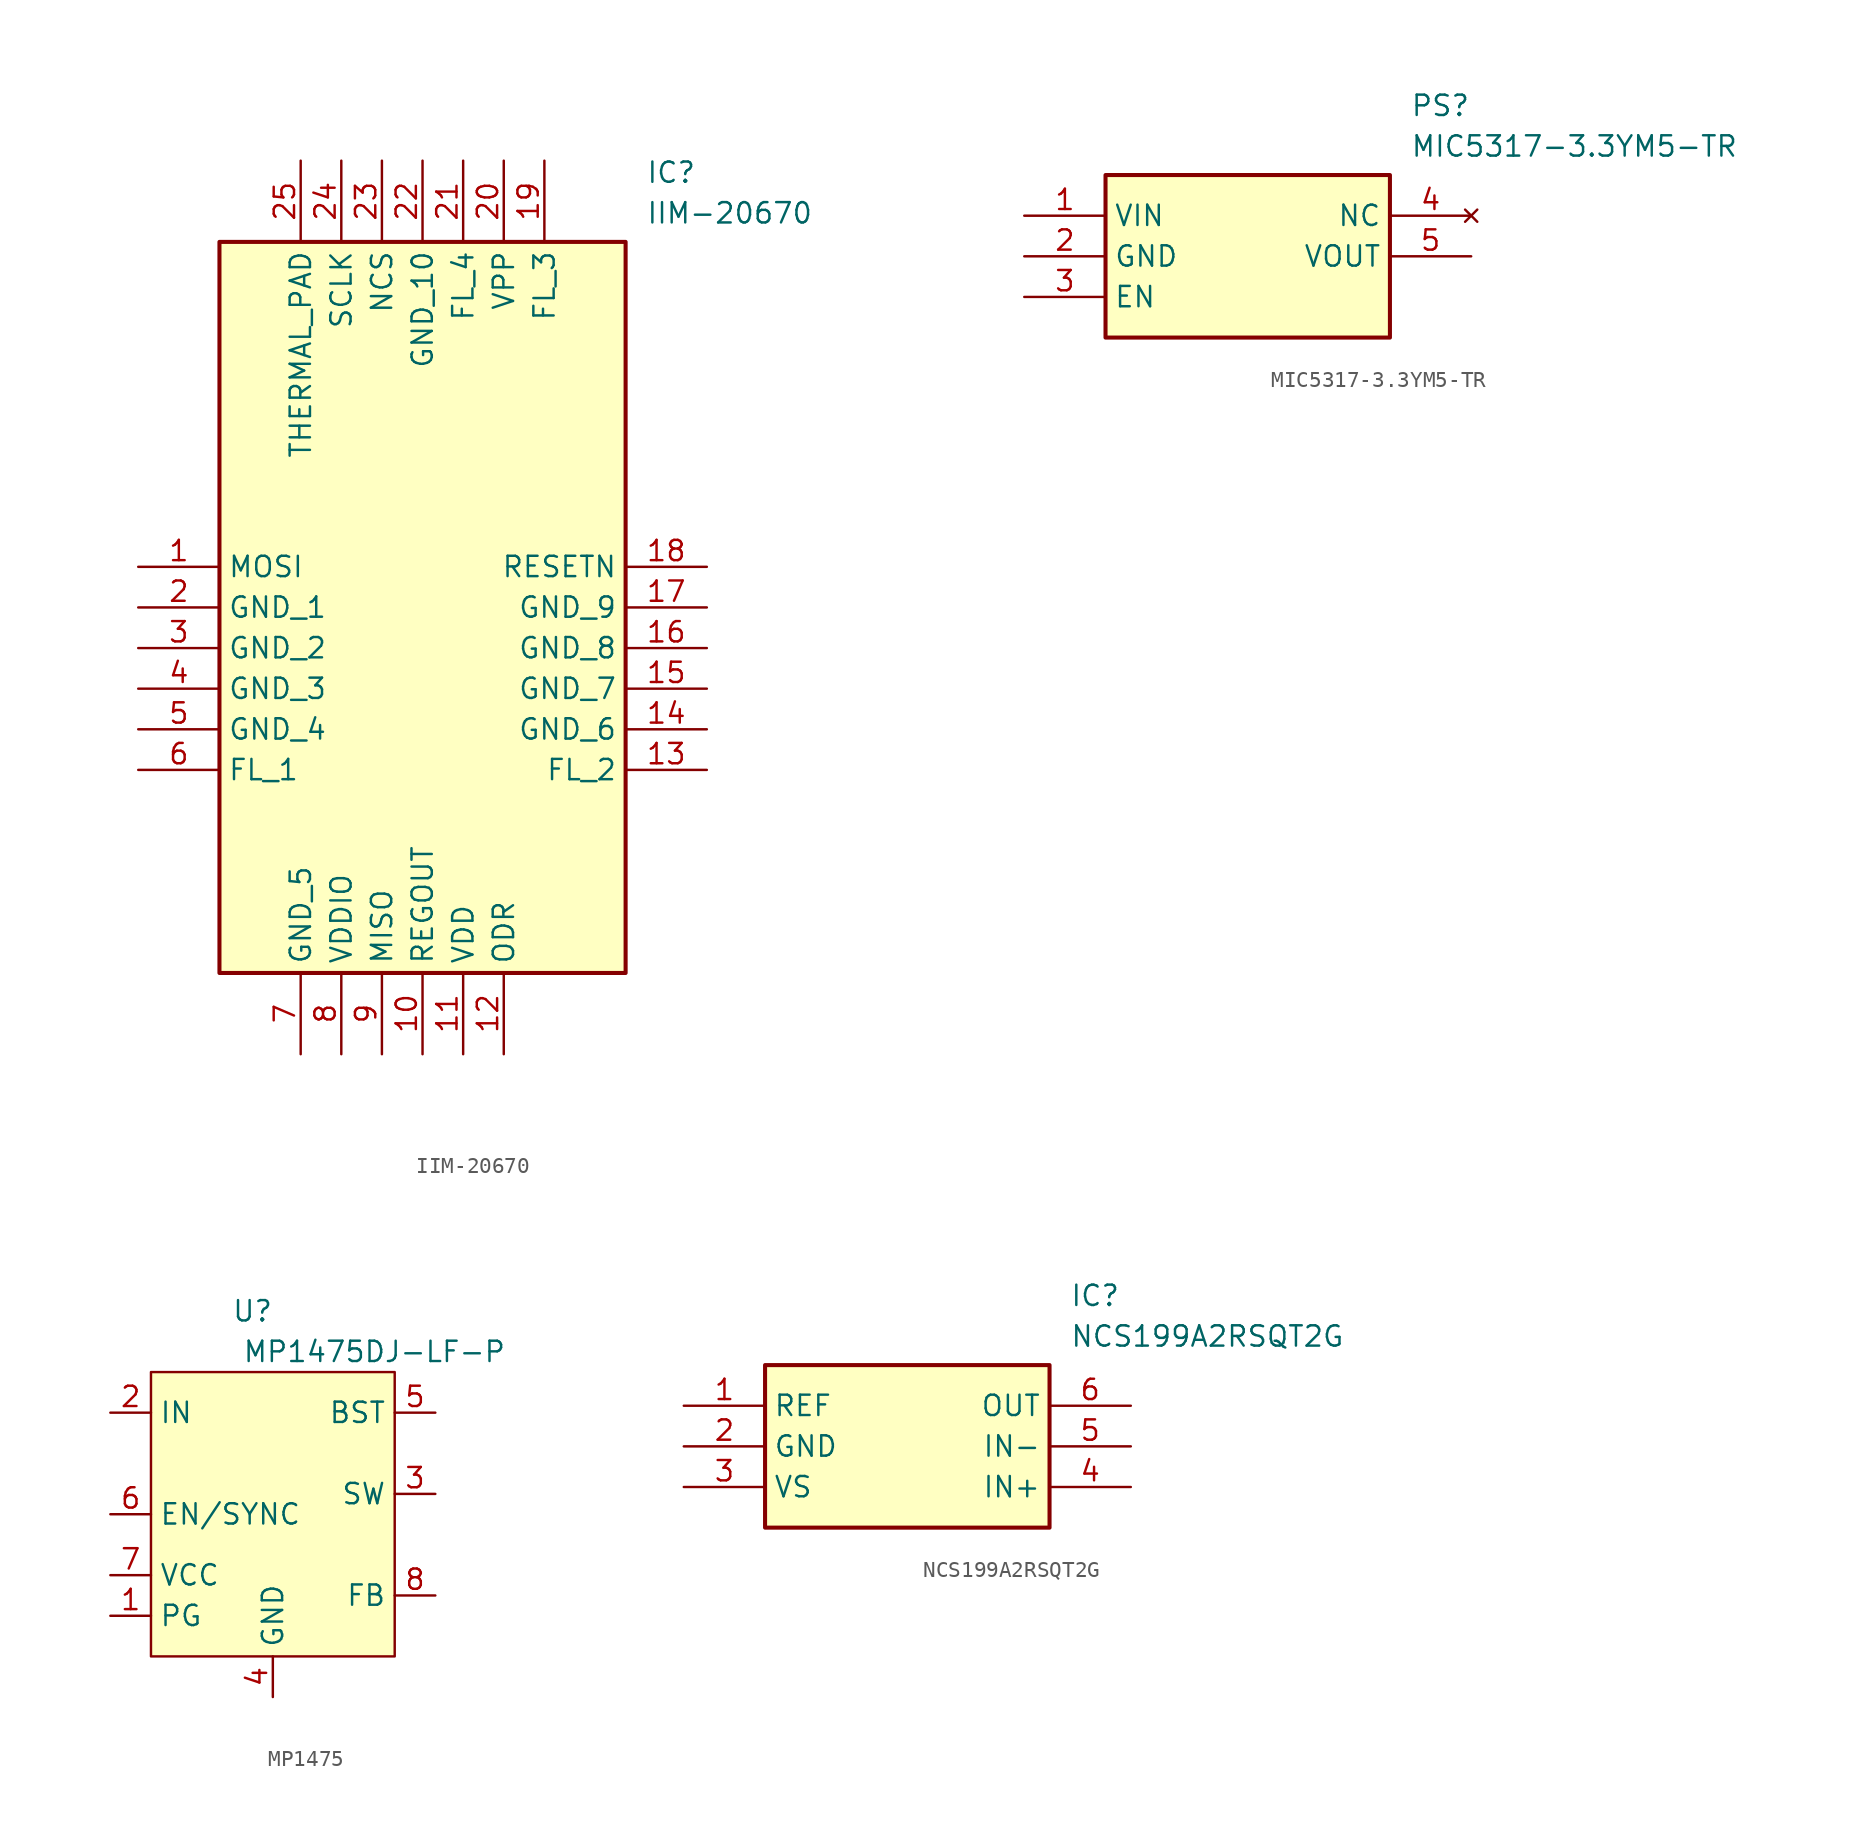
<source format=kicad_sym>
(kicad_symbol_lib
  (version 20220914)
  (generator kicad_symbol_editor)
  (symbol "IIM-20670"
    (property "Reference" "IC"
      (at 31.75 25.4 0)
      (effects (font (size 1.27 1.27)) (justify left top)))
    (property "Value" "IIM-20670"
      (at 31.75 22.86 0)
      (effects (font (size 1.27 1.27)) (justify left top)))
    (symbol "IIM-20670_1_1"
      (rectangle (start 5.08 20.32) (end 30.48 -25.4) (stroke (width 0.254) (type default)) (fill (type background)))
      (pin passive line (at 0 0 0) (length 5.08) (name "MOSI" (effects (font (size 1.27 1.27)))) (number "1" (effects (font (size 1.27 1.27)))))
      (pin passive line (at 17.78 -30.48 90) (length 5.08) (name "REGOUT" (effects (font (size 1.27 1.27)))) (number "10" (effects (font (size 1.27 1.27)))))
      (pin passive line (at 20.32 -30.48 90) (length 5.08) (name "VDD" (effects (font (size 1.27 1.27)))) (number "11" (effects (font (size 1.27 1.27)))))
      (pin passive line (at 22.86 -30.48 90) (length 5.08) (name "ODR" (effects (font (size 1.27 1.27)))) (number "12" (effects (font (size 1.27 1.27)))))
      (pin passive line (at 35.56 -12.7 180) (length 5.08) (name "FL_2" (effects (font (size 1.27 1.27)))) (number "13" (effects (font (size 1.27 1.27)))))
      (pin passive line (at 35.56 -10.16 180) (length 5.08) (name "GND_6" (effects (font (size 1.27 1.27)))) (number "14" (effects (font (size 1.27 1.27)))))
      (pin passive line (at 35.56 -7.62 180) (length 5.08) (name "GND_7" (effects (font (size 1.27 1.27)))) (number "15" (effects (font (size 1.27 1.27)))))
      (pin passive line (at 35.56 -5.08 180) (length 5.08) (name "GND_8" (effects (font (size 1.27 1.27)))) (number "16" (effects (font (size 1.27 1.27)))))
      (pin passive line (at 35.56 -2.54 180) (length 5.08) (name "GND_9" (effects (font (size 1.27 1.27)))) (number "17" (effects (font (size 1.27 1.27)))))
      (pin passive line (at 35.56 0 180) (length 5.08) (name "RESETN" (effects (font (size 1.27 1.27)))) (number "18" (effects (font (size 1.27 1.27)))))
      (pin passive line (at 25.4 25.4 270) (length 5.08) (name "FL_3" (effects (font (size 1.27 1.27)))) (number "19" (effects (font (size 1.27 1.27)))))
      (pin passive line (at 0 -2.54 0) (length 5.08) (name "GND_1" (effects (font (size 1.27 1.27)))) (number "2" (effects (font (size 1.27 1.27)))))
      (pin passive line (at 22.86 25.4 270) (length 5.08) (name "VPP" (effects (font (size 1.27 1.27)))) (number "20" (effects (font (size 1.27 1.27)))))
      (pin passive line (at 20.32 25.4 270) (length 5.08) (name "FL_4" (effects (font (size 1.27 1.27)))) (number "21" (effects (font (size 1.27 1.27)))))
      (pin passive line (at 17.78 25.4 270) (length 5.08) (name "GND_10" (effects (font (size 1.27 1.27)))) (number "22" (effects (font (size 1.27 1.27)))))
      (pin passive line (at 15.24 25.4 270) (length 5.08) (name "NCS" (effects (font (size 1.27 1.27)))) (number "23" (effects (font (size 1.27 1.27)))))
      (pin passive line (at 12.7 25.4 270) (length 5.08) (name "SCLK" (effects (font (size 1.27 1.27)))) (number "24" (effects (font (size 1.27 1.27)))))
      (pin passive line (at 10.16 25.4 270) (length 5.08) (name "THERMAL_PAD" (effects (font (size 1.27 1.27)))) (number "25" (effects (font (size 1.27 1.27)))))
      (pin passive line (at 0 -5.08 0) (length 5.08) (name "GND_2" (effects (font (size 1.27 1.27)))) (number "3" (effects (font (size 1.27 1.27)))))
      (pin passive line (at 0 -7.62 0) (length 5.08) (name "GND_3" (effects (font (size 1.27 1.27)))) (number "4" (effects (font (size 1.27 1.27)))))
      (pin passive line (at 0 -10.16 0) (length 5.08) (name "GND_4" (effects (font (size 1.27 1.27)))) (number "5" (effects (font (size 1.27 1.27)))))
      (pin passive line (at 0 -12.7 0) (length 5.08) (name "FL_1" (effects (font (size 1.27 1.27)))) (number "6" (effects (font (size 1.27 1.27)))))
      (pin passive line (at 10.16 -30.48 90) (length 5.08) (name "GND_5" (effects (font (size 1.27 1.27)))) (number "7" (effects (font (size 1.27 1.27)))))
      (pin passive line (at 12.7 -30.48 90) (length 5.08) (name "VDDIO" (effects (font (size 1.27 1.27)))) (number "8" (effects (font (size 1.27 1.27)))))
      (pin passive line (at 15.24 -30.48 90) (length 5.08) (name "MISO" (effects (font (size 1.27 1.27)))) (number "9" (effects (font (size 1.27 1.27)))))))
  (symbol "MIC5317-3.3YM5-TR"
    (property "Reference" "PS"
      (at 24.13 7.62 0)
      (effects (font (size 1.27 1.27)) (justify left top)))
    (property "Value" "MIC5317-3.3YM5-TR"
      (at 24.13 5.08 0)
      (effects (font (size 1.27 1.27)) (justify left top)))
    (symbol "MIC5317-3.3YM5-TR_1_1"
      (rectangle (start 5.08 2.54) (end 22.86 -7.62) (stroke (width 0.254) (type default)) (fill (type background)))
      (pin passive line (at 0 0 0) (length 5.08) (name "VIN" (effects (font (size 1.27 1.27)))) (number "1" (effects (font (size 1.27 1.27)))))
      (pin passive line (at 0 -2.54 0) (length 5.08) (name "GND" (effects (font (size 1.27 1.27)))) (number "2" (effects (font (size 1.27 1.27)))))
      (pin passive line (at 0 -5.08 0) (length 5.08) (name "EN" (effects (font (size 1.27 1.27)))) (number "3" (effects (font (size 1.27 1.27)))))
      (pin no_connect line (at 27.94 0 180) (length 5.08) (name "NC" (effects (font (size 1.27 1.27)))) (number "4" (effects (font (size 1.27 1.27)))))
      (pin passive line (at 27.94 -2.54 180) (length 5.08) (name "VOUT" (effects (font (size 1.27 1.27)))) (number "5" (effects (font (size 1.27 1.27)))))))
  (symbol "MP1475"
    (property "Reference" "U"
      (at 5.08 3.81 0)
      (effects (font (size 1.27 1.27))))
    (property "Value" "MP1475DJ-LF-P"
      (at 12.7 1.27 0)
      (effects (font (size 1.27 1.27))))
    (symbol "MP1475_0_1"
      (rectangle (start -1.27 0) (end 13.97 -17.78) (stroke (width 0) (type default)) (fill (type background))))
    (symbol "MP1475_1_1"
      (pin bidirectional line (at -3.81 -15.24 0) (length 2.54) (name "PG" (effects (font (size 1.27 1.27)))) (number "1" (effects (font (size 1.27 1.27)))))
      (pin power_in line (at -3.81 -2.54 0) (length 2.54) (name "IN" (effects (font (size 1.27 1.27)))) (number "2" (effects (font (size 1.27 1.27)))))
      (pin bidirectional line (at 16.51 -7.62 180) (length 2.54) (name "SW" (effects (font (size 1.27 1.27)))) (number "3" (effects (font (size 1.27 1.27)))))
      (pin bidirectional line (at 6.35 -20.32 90) (length 2.54) (name "GND" (effects (font (size 1.27 1.27)))) (number "4" (effects (font (size 1.27 1.27)))))
      (pin bidirectional line (at 16.51 -2.54 180) (length 2.54) (name "BST" (effects (font (size 1.27 1.27)))) (number "5" (effects (font (size 1.27 1.27)))))
      (pin bidirectional line (at -3.81 -8.89 0) (length 2.54) (name "EN/SYNC" (effects (font (size 1.27 1.27)))) (number "6" (effects (font (size 1.27 1.27)))))
      (pin bidirectional line (at -3.81 -12.7 0) (length 2.54) (name "VCC" (effects (font (size 1.27 1.27)))) (number "7" (effects (font (size 1.27 1.27)))))
      (pin bidirectional line (at 16.51 -13.97 180) (length 2.54) (name "FB" (effects (font (size 1.27 1.27)))) (number "8" (effects (font (size 1.27 1.27)))))))
  (symbol "NCS199A2RSQT2G"
    (property "Reference" "IC"
      (at 24.13 7.62 0)
      (effects (font (size 1.27 1.27)) (justify left top)))
    (property "Value" "NCS199A2RSQT2G"
      (at 24.13 5.08 0)
      (effects (font (size 1.27 1.27)) (justify left top)))
    (symbol "NCS199A2RSQT2G_1_1"
      (rectangle (start 5.08 2.54) (end 22.86 -7.62) (stroke (width 0.254) (type default)) (fill (type background)))
      (pin passive line (at 0 0 0) (length 5.08) (name "REF" (effects (font (size 1.27 1.27)))) (number "1" (effects (font (size 1.27 1.27)))))
      (pin passive line (at 0 -2.54 0) (length 5.08) (name "GND" (effects (font (size 1.27 1.27)))) (number "2" (effects (font (size 1.27 1.27)))))
      (pin passive line (at 0 -5.08 0) (length 5.08) (name "VS" (effects (font (size 1.27 1.27)))) (number "3" (effects (font (size 1.27 1.27)))))
      (pin passive line (at 27.94 -5.08 180) (length 5.08) (name "IN+" (effects (font (size 1.27 1.27)))) (number "4" (effects (font (size 1.27 1.27)))))
      (pin passive line (at 27.94 -2.54 180) (length 5.08) (name "IN-" (effects (font (size 1.27 1.27)))) (number "5" (effects (font (size 1.27 1.27)))))
      (pin passive line (at 27.94 0 180) (length 5.08) (name "OUT" (effects (font (size 1.27 1.27)))) (number "6" (effects (font (size 1.27 1.27))))))))
</source>
